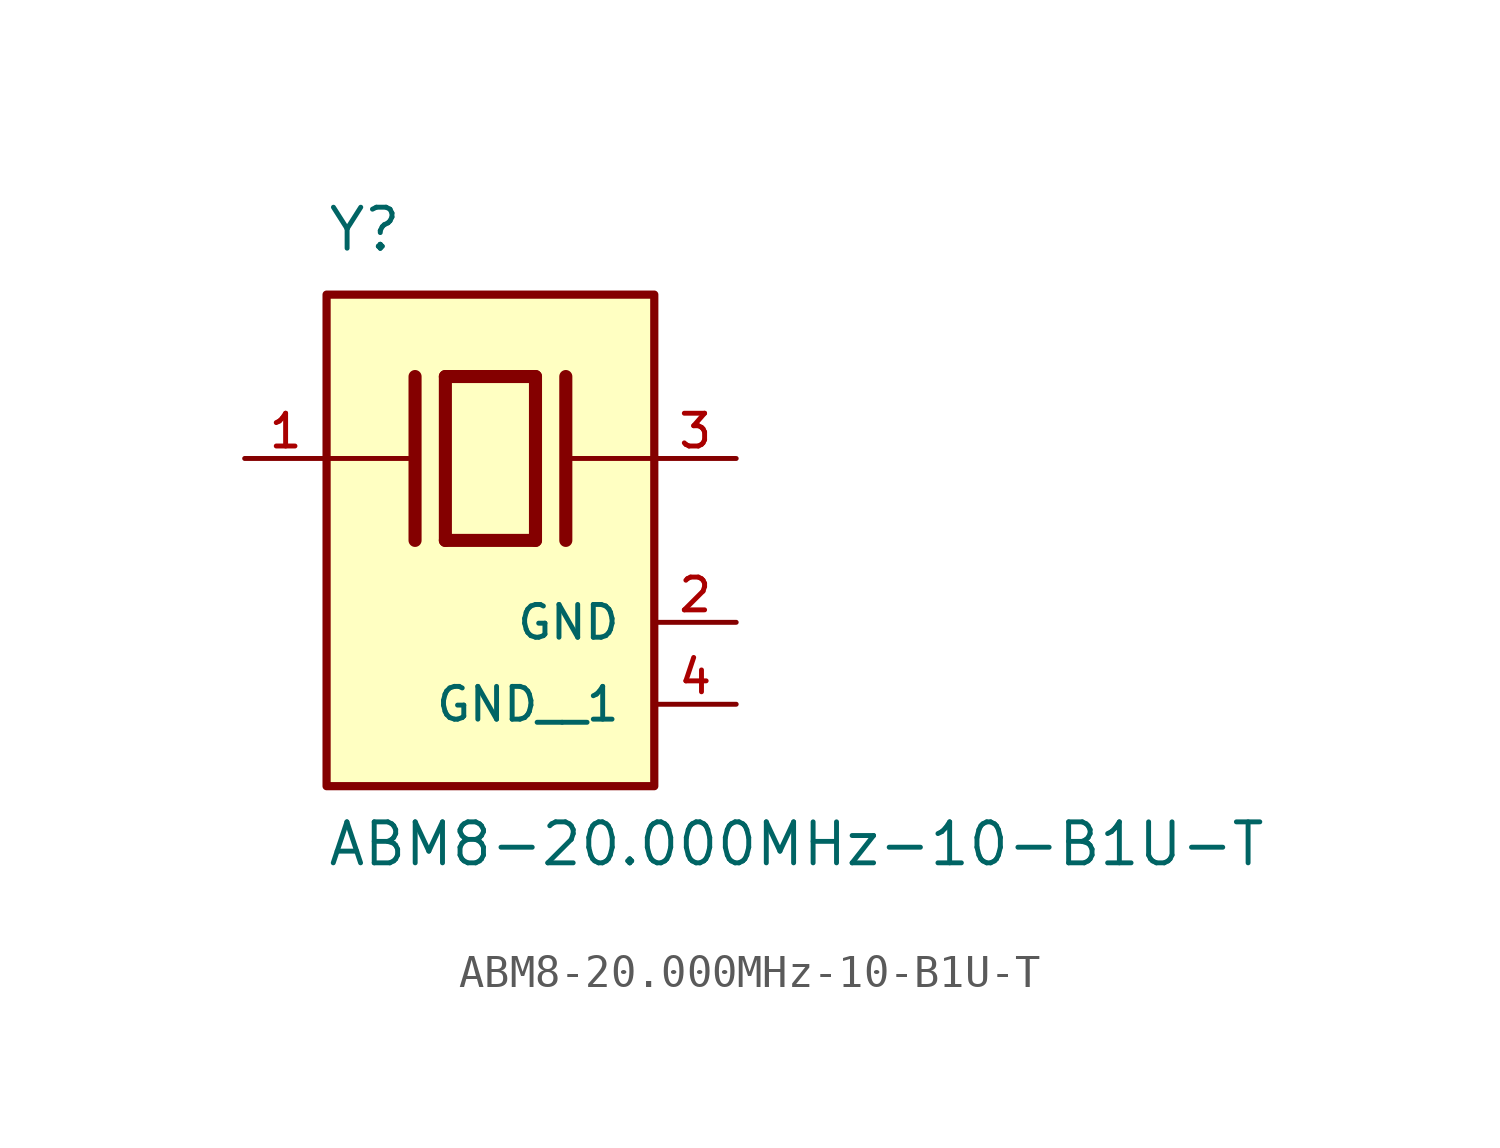
<source format=kicad_sym>
(kicad_symbol_lib
  (version 20211014)
  (generator kicad_symbol_editor)
  (symbol "ABM8-20.000MHz-10-B1U-T"
    (pin_names
      (offset 1.016))
    (property "Reference" "Y"
      (at -5.088 6.356 0)
      (effects (font (size 1.27 1.27)) (justify bottom left)))
    (property "Value" "ABM8-20.000MHz-10-B1U-T"
      (at -5.094 -12.7 0)
      (effects (font (size 1.27 1.27)) (justify bottom left)))
    (symbol "ABM8-20.000MHz-10-B1U-T_0_0"
      (polyline (pts (xy -1.397 2.54) (xy 1.397 2.54)) (stroke (width 0.406)))
      (polyline (pts (xy 1.397 2.54) (xy 1.397 -2.54)) (stroke (width 0.406)))
      (polyline (pts (xy 1.397 -2.54) (xy -1.397 -2.54)) (stroke (width 0.406)))
      (polyline (pts (xy -1.397 2.54) (xy -1.397 -2.54)) (stroke (width 0.406)))
      (polyline (pts (xy 2.337 2.54) (xy 2.337 -2.54)) (stroke (width 0.406)))
      (polyline (pts (xy -2.337 2.54) (xy -2.337 -2.54)) (stroke (width 0.406)))
      (polyline (pts (xy -5.08 0.0) (xy -2.54 0.0)) (stroke (width 0.152)))
      (polyline (pts (xy 2.54 0.0) (xy 5.08 0.0)) (stroke (width 0.152)))
      (rectangle (start -5.08 -10.16) (end 5.08 5.08) (stroke (width 0.254)) (fill (type background)))
      (pin passive line (at 7.62 0.0 180.0) (length 2.54) (name "~" (effects (font (size 1.016 1.016)))) (number "3" (effects (font (size 1.016 1.016)))))
      (pin passive line (at -7.62 0.0 0) (length 2.54) (name "~" (effects (font (size 1.016 1.016)))) (number "1" (effects (font (size 1.016 1.016)))))
      (pin power_in line (at 7.62 -5.08 180.0) (length 2.54) (name "GND" (effects (font (size 1.016 1.016)))) (number "2" (effects (font (size 1.016 1.016)))))
      (pin power_in line (at 7.62 -7.62 180.0) (length 2.54) (name "GND__1" (effects (font (size 1.016 1.016)))) (number "4" (effects (font (size 1.016 1.016))))))))
</source>
